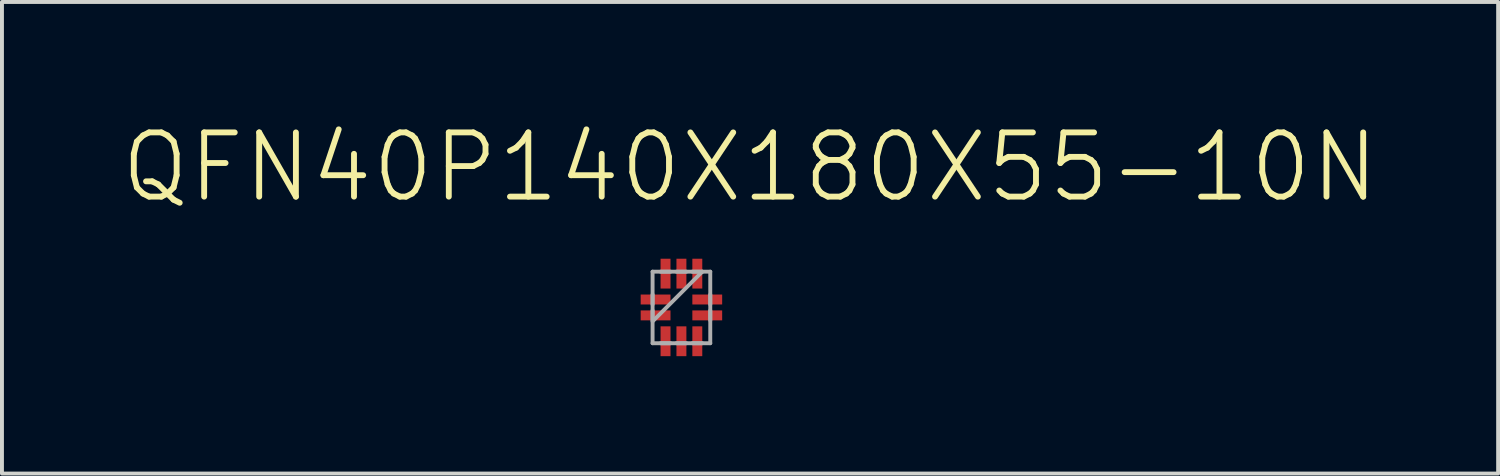
<source format=kicad_pcb>
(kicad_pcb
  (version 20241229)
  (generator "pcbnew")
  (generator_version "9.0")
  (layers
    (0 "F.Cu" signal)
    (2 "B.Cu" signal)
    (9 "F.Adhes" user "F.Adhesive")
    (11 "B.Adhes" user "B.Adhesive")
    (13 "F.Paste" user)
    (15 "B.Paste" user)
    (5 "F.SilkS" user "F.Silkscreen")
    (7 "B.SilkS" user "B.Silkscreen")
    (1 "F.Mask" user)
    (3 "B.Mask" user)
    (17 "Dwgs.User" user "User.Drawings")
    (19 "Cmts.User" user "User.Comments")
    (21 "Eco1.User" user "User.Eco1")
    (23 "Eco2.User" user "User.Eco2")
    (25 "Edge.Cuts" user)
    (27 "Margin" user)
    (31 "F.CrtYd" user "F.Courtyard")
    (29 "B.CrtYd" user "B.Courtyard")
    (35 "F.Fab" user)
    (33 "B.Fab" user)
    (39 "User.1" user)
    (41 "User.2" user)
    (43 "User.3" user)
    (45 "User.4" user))
  (footprint "QFN40P140X180X55-10N"
    (layer "F.Cu")
    (at 14.362 4.806)
    (property "Reference" "QFN40P140X180X55-10N" (at 1.753 -3.583 0) (layer "F.SilkS") (effects (font (size 1.641 1.641) (thickness 0.15))))
    (attr smd)
    (fp_line (start -0.737 -0.914) (end -0.737 0.914) (stroke (width 0.1) (type solid)) (layer "F.Fab"))
    (fp_line (start -0.737 -0.33) (end -0.737 -0.076) (stroke (width 0.1) (type solid)) (layer "F.Fab"))
    (fp_line (start -0.737 0.076) (end -0.737 0.33) (stroke (width 0.1) (type solid)) (layer "F.Fab"))
    (fp_line (start -0.737 0.356) (end 0.533 -0.914) (stroke (width 0.1) (type solid)) (layer "F.Fab"))
    (fp_line (start -0.737 0.914) (end 0.737 0.914) (stroke (width 0.1) (type solid)) (layer "F.Fab"))
    (fp_line (start -0.533 0.914) (end -0.279 0.914) (stroke (width 0.1) (type solid)) (layer "F.Fab"))
    (fp_line (start -0.279 -0.914) (end -0.533 -0.914) (stroke (width 0.1) (type solid)) (layer "F.Fab"))
    (fp_line (start -0.127 0.914) (end 0.127 0.914) (stroke (width 0.1) (type solid)) (layer "F.Fab"))
    (fp_line (start 0.127 -0.914) (end -0.127 -0.914) (stroke (width 0.1) (type solid)) (layer "F.Fab"))
    (fp_line (start 0.279 0.914) (end 0.533 0.914) (stroke (width 0.1) (type solid)) (layer "F.Fab"))
    (fp_line (start 0.533 -0.914) (end 0.279 -0.914) (stroke (width 0.1) (type solid)) (layer "F.Fab"))
    (fp_line (start 0.737 -0.914) (end -0.737 -0.914) (stroke (width 0.1) (type solid)) (layer "F.Fab"))
    (fp_line (start 0.737 -0.076) (end 0.737 -0.33) (stroke (width 0.1) (type solid)) (layer "F.Fab"))
    (fp_line (start 0.737 0.33) (end 0.737 0.076) (stroke (width 0.1) (type solid)) (layer "F.Fab"))
    (fp_line (start 0.737 0.914) (end 0.737 -0.914) (stroke (width 0.1) (type solid)) (layer "F.Fab"))
    (pad "1" smd rect (at -0.66 -0.203 270) (size 0.254 0.762) (layers "F.Cu" "F.Mask" "F.Paste"))
    (pad "2" smd rect (at -0.66 0.203 270) (size 0.254 0.762) (layers "F.Cu" "F.Mask" "F.Paste"))
    (pad "3" smd rect (at -0.406 0.864 180) (size 0.254 0.762) (layers "F.Cu" "F.Mask" "F.Paste"))
    (pad "4" smd rect (at 0 0.864 180) (size 0.254 0.762) (layers "F.Cu" "F.Mask" "F.Paste"))
    (pad "5" smd rect (at 0.406 0.864 180) (size 0.254 0.762) (layers "F.Cu" "F.Mask" "F.Paste"))
    (pad "6" smd rect (at 0.66 0.203 270) (size 0.254 0.762) (layers "F.Cu" "F.Mask" "F.Paste"))
    (pad "7" smd rect (at 0.66 -0.203 270) (size 0.254 0.762) (layers "F.Cu" "F.Mask" "F.Paste"))
    (pad "8" smd rect (at 0.406 -0.864 180) (size 0.254 0.762) (layers "F.Cu" "F.Mask" "F.Paste"))
    (pad "9" smd rect (at 0 -0.864 180) (size 0.254 0.762) (layers "F.Cu" "F.Mask" "F.Paste"))
    (pad "10" smd rect (at -0.406 -0.864 180) (size 0.254 0.762) (layers "F.Cu" "F.Mask" "F.Paste")))
  (gr_rect
    (start -3 -3)
    (end 35.231 9.05)
    (stroke (width 0.1) (type default))
    (fill no)
    (layer "Edge.Cuts")))
</source>
